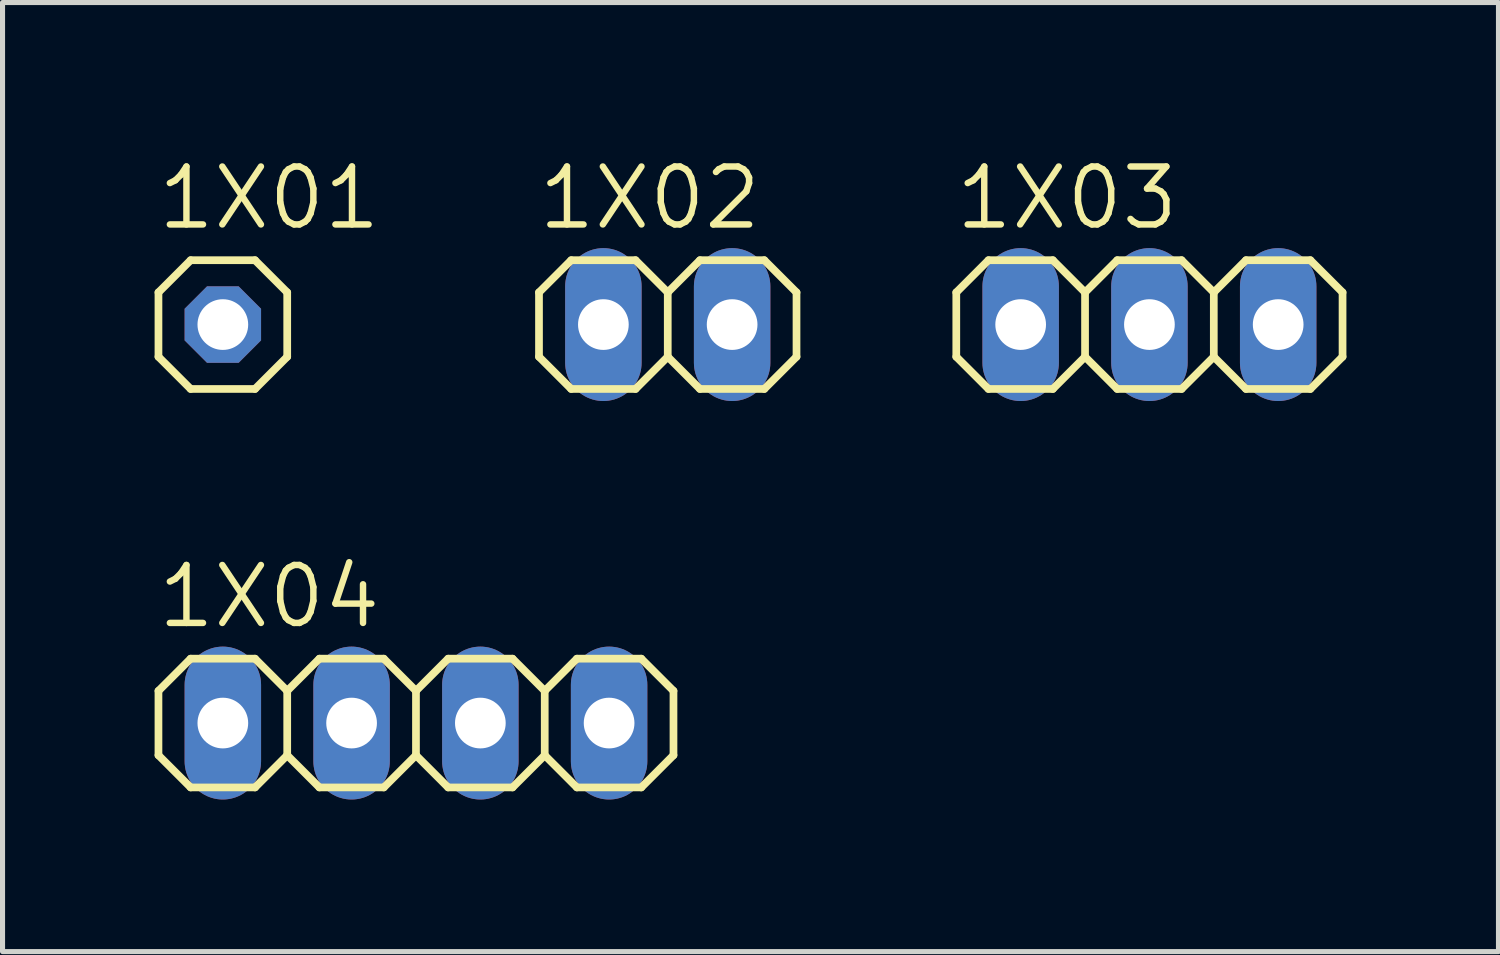
<source format=kicad_pcb>
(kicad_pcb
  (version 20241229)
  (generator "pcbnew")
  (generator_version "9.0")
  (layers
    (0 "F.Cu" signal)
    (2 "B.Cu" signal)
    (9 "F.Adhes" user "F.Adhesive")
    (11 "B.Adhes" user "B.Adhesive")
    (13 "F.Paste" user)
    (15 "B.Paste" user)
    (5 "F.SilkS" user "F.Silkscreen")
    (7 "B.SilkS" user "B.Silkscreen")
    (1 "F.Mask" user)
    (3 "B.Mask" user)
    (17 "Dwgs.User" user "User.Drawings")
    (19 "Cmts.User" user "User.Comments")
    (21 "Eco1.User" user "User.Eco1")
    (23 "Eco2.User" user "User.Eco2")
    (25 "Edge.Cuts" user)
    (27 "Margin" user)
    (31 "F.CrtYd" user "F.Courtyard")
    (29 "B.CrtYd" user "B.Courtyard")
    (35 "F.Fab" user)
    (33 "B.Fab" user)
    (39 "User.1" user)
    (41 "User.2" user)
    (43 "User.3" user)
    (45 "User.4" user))
  (footprint "1X03"
    (layer "F.Cu")
    (at 19.625 3.353)
    (property "Reference" "1X03" (at -3.886 -1.829 0) (unlocked yes) (layer "F.SilkS") (effects (font (size 1.143 1.143) (thickness 0.127)) (justify left bottom)))
    (fp_line (start -3.81 -0.635) (end -3.81 0.635) (stroke (width 0.152) (type solid)) (layer "F.SilkS"))
    (fp_line (start -3.81 0.635) (end -3.175 1.27) (stroke (width 0.152) (type solid)) (layer "F.SilkS"))
    (fp_line (start -3.175 -1.27) (end -3.81 -0.635) (stroke (width 0.152) (type solid)) (layer "F.SilkS"))
    (fp_line (start -3.175 -1.27) (end -1.905 -1.27) (stroke (width 0.152) (type solid)) (layer "F.SilkS"))
    (fp_line (start -1.905 -1.27) (end -1.27 -0.635) (stroke (width 0.152) (type solid)) (layer "F.SilkS"))
    (fp_line (start -1.905 1.27) (end -3.175 1.27) (stroke (width 0.152) (type solid)) (layer "F.SilkS"))
    (fp_line (start -1.27 -0.635) (end -1.27 0.635) (stroke (width 0.152) (type solid)) (layer "F.SilkS"))
    (fp_line (start -1.27 -0.635) (end -0.635 -1.27) (stroke (width 0.152) (type solid)) (layer "F.SilkS"))
    (fp_line (start -1.27 0.635) (end -1.905 1.27) (stroke (width 0.152) (type solid)) (layer "F.SilkS"))
    (fp_line (start -0.635 -1.27) (end 0.635 -1.27) (stroke (width 0.152) (type solid)) (layer "F.SilkS"))
    (fp_line (start -0.635 1.27) (end -1.27 0.635) (stroke (width 0.152) (type solid)) (layer "F.SilkS"))
    (fp_line (start 0.635 -1.27) (end 1.27 -0.635) (stroke (width 0.152) (type solid)) (layer "F.SilkS"))
    (fp_line (start 0.635 1.27) (end -0.635 1.27) (stroke (width 0.152) (type solid)) (layer "F.SilkS"))
    (fp_line (start 1.27 -0.635) (end 1.27 0.635) (stroke (width 0.152) (type solid)) (layer "F.SilkS"))
    (fp_line (start 1.27 -0.635) (end 1.905 -1.27) (stroke (width 0.152) (type solid)) (layer "F.SilkS"))
    (fp_line (start 1.27 0.635) (end 0.635 1.27) (stroke (width 0.152) (type solid)) (layer "F.SilkS"))
    (fp_line (start 1.905 -1.27) (end 3.175 -1.27) (stroke (width 0.152) (type solid)) (layer "F.SilkS"))
    (fp_line (start 1.905 1.27) (end 1.27 0.635) (stroke (width 0.152) (type solid)) (layer "F.SilkS"))
    (fp_line (start 3.175 -1.27) (end 3.81 -0.635) (stroke (width 0.152) (type solid)) (layer "F.SilkS"))
    (fp_line (start 3.175 1.27) (end 1.905 1.27) (stroke (width 0.152) (type solid)) (layer "F.SilkS"))
    (fp_line (start 3.81 -0.635) (end 3.81 0.635) (stroke (width 0.152) (type solid)) (layer "F.SilkS"))
    (fp_line (start 3.81 0.635) (end 3.175 1.27) (stroke (width 0.152) (type solid)) (layer "F.SilkS"))
    (fp_poly (pts (xy -2.794 0.254) (xy -2.286 0.254) (xy -2.286 -0.254) (xy -2.794 -0.254)) (stroke (width 0.1) (type default)) (fill no) (layer "F.Fab"))
    (fp_poly (pts (xy -0.254 0.254) (xy 0.254 0.254) (xy 0.254 -0.254) (xy -0.254 -0.254)) (stroke (width 0.1) (type default)) (fill no) (layer "F.Fab"))
    (fp_poly (pts (xy 2.286 0.254) (xy 2.794 0.254) (xy 2.794 -0.254) (xy 2.286 -0.254)) (stroke (width 0.1) (type default)) (fill no) (layer "F.Fab"))
    (pad "1" thru_hole oval (at -2.54 0 90) (size 3.016 1.508) (drill 1) (layers "*.Cu" "*.Mask"))
    (pad "2" thru_hole oval (at 0 0 90) (size 3.016 1.508) (drill 1) (layers "*.Cu" "*.Mask"))
    (pad "3" thru_hole oval (at 2.54 0 90) (size 3.016 1.508) (drill 1) (layers "*.Cu" "*.Mask")))
  (footprint "1X04"
    (layer "F.Cu")
    (at 5.156 11.214)
    (property "Reference" "1X04" (at -5.156 -1.829 0) (unlocked yes) (layer "F.SilkS") (effects (font (size 1.143 1.143) (thickness 0.127)) (justify left bottom)))
    (fp_line (start -5.08 -0.635) (end -5.08 0.635) (stroke (width 0.152) (type solid)) (layer "F.SilkS"))
    (fp_line (start -5.08 0.635) (end -4.445 1.27) (stroke (width 0.152) (type solid)) (layer "F.SilkS"))
    (fp_line (start -4.445 -1.27) (end -5.08 -0.635) (stroke (width 0.152) (type solid)) (layer "F.SilkS"))
    (fp_line (start -4.445 -1.27) (end -3.175 -1.27) (stroke (width 0.152) (type solid)) (layer "F.SilkS"))
    (fp_line (start -3.175 -1.27) (end -2.54 -0.635) (stroke (width 0.152) (type solid)) (layer "F.SilkS"))
    (fp_line (start -3.175 1.27) (end -4.445 1.27) (stroke (width 0.152) (type solid)) (layer "F.SilkS"))
    (fp_line (start -2.54 -0.635) (end -2.54 0.635) (stroke (width 0.152) (type solid)) (layer "F.SilkS"))
    (fp_line (start -2.54 -0.635) (end -1.905 -1.27) (stroke (width 0.152) (type solid)) (layer "F.SilkS"))
    (fp_line (start -2.54 0.635) (end -3.175 1.27) (stroke (width 0.152) (type solid)) (layer "F.SilkS"))
    (fp_line (start -1.905 -1.27) (end -0.635 -1.27) (stroke (width 0.152) (type solid)) (layer "F.SilkS"))
    (fp_line (start -1.905 1.27) (end -2.54 0.635) (stroke (width 0.152) (type solid)) (layer "F.SilkS"))
    (fp_line (start -0.635 -1.27) (end 0 -0.635) (stroke (width 0.152) (type solid)) (layer "F.SilkS"))
    (fp_line (start -0.635 1.27) (end -1.905 1.27) (stroke (width 0.152) (type solid)) (layer "F.SilkS"))
    (fp_line (start 0 -0.635) (end 0 0.635) (stroke (width 0.152) (type solid)) (layer "F.SilkS"))
    (fp_line (start 0 -0.635) (end 0.635 -1.27) (stroke (width 0.152) (type solid)) (layer "F.SilkS"))
    (fp_line (start 0 0.635) (end -0.635 1.27) (stroke (width 0.152) (type solid)) (layer "F.SilkS"))
    (fp_line (start 0.635 -1.27) (end 1.905 -1.27) (stroke (width 0.152) (type solid)) (layer "F.SilkS"))
    (fp_line (start 0.635 1.27) (end 0 0.635) (stroke (width 0.152) (type solid)) (layer "F.SilkS"))
    (fp_line (start 1.905 -1.27) (end 2.54 -0.635) (stroke (width 0.152) (type solid)) (layer "F.SilkS"))
    (fp_line (start 1.905 1.27) (end 0.635 1.27) (stroke (width 0.152) (type solid)) (layer "F.SilkS"))
    (fp_line (start 2.54 -0.635) (end 2.54 0.635) (stroke (width 0.152) (type solid)) (layer "F.SilkS"))
    (fp_line (start 2.54 0.635) (end 1.905 1.27) (stroke (width 0.152) (type solid)) (layer "F.SilkS"))
    (fp_line (start 2.54 0.635) (end 3.175 1.27) (stroke (width 0.152) (type solid)) (layer "F.SilkS"))
    (fp_line (start 3.175 -1.27) (end 2.54 -0.635) (stroke (width 0.152) (type solid)) (layer "F.SilkS"))
    (fp_line (start 3.175 -1.27) (end 4.445 -1.27) (stroke (width 0.152) (type solid)) (layer "F.SilkS"))
    (fp_line (start 4.445 -1.27) (end 5.08 -0.635) (stroke (width 0.152) (type solid)) (layer "F.SilkS"))
    (fp_line (start 4.445 1.27) (end 3.175 1.27) (stroke (width 0.152) (type solid)) (layer "F.SilkS"))
    (fp_line (start 5.08 -0.635) (end 5.08 0.635) (stroke (width 0.152) (type solid)) (layer "F.SilkS"))
    (fp_line (start 5.08 0.635) (end 4.445 1.27) (stroke (width 0.152) (type solid)) (layer "F.SilkS"))
    (fp_poly (pts (xy -4.064 0.254) (xy -3.556 0.254) (xy -3.556 -0.254) (xy -4.064 -0.254)) (stroke (width 0.1) (type default)) (fill no) (layer "F.Fab"))
    (fp_poly (pts (xy -1.524 0.254) (xy -1.016 0.254) (xy -1.016 -0.254) (xy -1.524 -0.254)) (stroke (width 0.1) (type default)) (fill no) (layer "F.Fab"))
    (fp_poly (pts (xy 1.016 0.254) (xy 1.524 0.254) (xy 1.524 -0.254) (xy 1.016 -0.254)) (stroke (width 0.1) (type default)) (fill no) (layer "F.Fab"))
    (fp_poly (pts (xy 3.556 0.254) (xy 4.064 0.254) (xy 4.064 -0.254) (xy 3.556 -0.254)) (stroke (width 0.1) (type default)) (fill no) (layer "F.Fab"))
    (pad "1" thru_hole oval (at -3.81 0 90) (size 3.016 1.508) (drill 1) (layers "*.Cu" "*.Mask"))
    (pad "2" thru_hole oval (at -1.27 0 90) (size 3.016 1.508) (drill 1) (layers "*.Cu" "*.Mask"))
    (pad "3" thru_hole oval (at 1.27 0 90) (size 3.016 1.508) (drill 1) (layers "*.Cu" "*.Mask"))
    (pad "4" thru_hole oval (at 3.81 0 90) (size 3.016 1.508) (drill 1) (layers "*.Cu" "*.Mask")))
  (footprint "1X02"
    (layer "F.Cu")
    (at 10.123 3.353)
    (property "Reference" "1X02" (at -2.616 -1.829 0) (unlocked yes) (layer "F.SilkS") (effects (font (size 1.143 1.143) (thickness 0.127)) (justify left bottom)))
    (fp_line (start -2.54 -0.635) (end -2.54 0.635) (stroke (width 0.152) (type solid)) (layer "F.SilkS"))
    (fp_line (start -2.54 0.635) (end -1.905 1.27) (stroke (width 0.152) (type solid)) (layer "F.SilkS"))
    (fp_line (start -1.905 -1.27) (end -2.54 -0.635) (stroke (width 0.152) (type solid)) (layer "F.SilkS"))
    (fp_line (start -1.905 -1.27) (end -0.635 -1.27) (stroke (width 0.152) (type solid)) (layer "F.SilkS"))
    (fp_line (start -0.635 -1.27) (end 0 -0.635) (stroke (width 0.152) (type solid)) (layer "F.SilkS"))
    (fp_line (start -0.635 1.27) (end -1.905 1.27) (stroke (width 0.152) (type solid)) (layer "F.SilkS"))
    (fp_line (start 0 -0.635) (end 0 0.635) (stroke (width 0.152) (type solid)) (layer "F.SilkS"))
    (fp_line (start 0 -0.635) (end 0.635 -1.27) (stroke (width 0.152) (type solid)) (layer "F.SilkS"))
    (fp_line (start 0 0.635) (end -0.635 1.27) (stroke (width 0.152) (type solid)) (layer "F.SilkS"))
    (fp_line (start 0.635 -1.27) (end 1.905 -1.27) (stroke (width 0.152) (type solid)) (layer "F.SilkS"))
    (fp_line (start 0.635 1.27) (end 0 0.635) (stroke (width 0.152) (type solid)) (layer "F.SilkS"))
    (fp_line (start 1.905 -1.27) (end 2.54 -0.635) (stroke (width 0.152) (type solid)) (layer "F.SilkS"))
    (fp_line (start 1.905 1.27) (end 0.635 1.27) (stroke (width 0.152) (type solid)) (layer "F.SilkS"))
    (fp_line (start 2.54 -0.635) (end 2.54 0.635) (stroke (width 0.152) (type solid)) (layer "F.SilkS"))
    (fp_line (start 2.54 0.635) (end 1.905 1.27) (stroke (width 0.152) (type solid)) (layer "F.SilkS"))
    (fp_poly (pts (xy -1.524 0.254) (xy -1.016 0.254) (xy -1.016 -0.254) (xy -1.524 -0.254)) (stroke (width 0.1) (type default)) (fill no) (layer "F.Fab"))
    (fp_poly (pts (xy 1.016 0.254) (xy 1.524 0.254) (xy 1.524 -0.254) (xy 1.016 -0.254)) (stroke (width 0.1) (type default)) (fill no) (layer "F.Fab"))
    (pad "1" thru_hole oval (at -1.27 0 90) (size 3.016 1.508) (drill 1) (layers "*.Cu" "*.Mask"))
    (pad "2" thru_hole oval (at 1.27 0 90) (size 3.016 1.508) (drill 1) (layers "*.Cu" "*.Mask")))
  (footprint "1X01"
    (layer "F.Cu")
    (at 1.346 3.353)
    (property "Reference" "1X01" (at -1.346 -1.829 0) (unlocked yes) (layer "F.SilkS") (effects (font (size 1.143 1.143) (thickness 0.127)) (justify left bottom)))
    (fp_line (start -1.27 -0.635) (end -1.27 0.635) (stroke (width 0.152) (type solid)) (layer "F.SilkS"))
    (fp_line (start -1.27 0.635) (end -0.635 1.27) (stroke (width 0.152) (type solid)) (layer "F.SilkS"))
    (fp_line (start -0.635 -1.27) (end -1.27 -0.635) (stroke (width 0.152) (type solid)) (layer "F.SilkS"))
    (fp_line (start -0.635 -1.27) (end 0.635 -1.27) (stroke (width 0.152) (type solid)) (layer "F.SilkS"))
    (fp_line (start 0.635 -1.27) (end 1.27 -0.635) (stroke (width 0.152) (type solid)) (layer "F.SilkS"))
    (fp_line (start 0.635 1.27) (end -0.635 1.27) (stroke (width 0.152) (type solid)) (layer "F.SilkS"))
    (fp_line (start 1.27 -0.635) (end 1.27 0.635) (stroke (width 0.152) (type solid)) (layer "F.SilkS"))
    (fp_line (start 1.27 0.635) (end 0.635 1.27) (stroke (width 0.152) (type solid)) (layer "F.SilkS"))
    (fp_poly (pts (xy -0.254 0.254) (xy 0.254 0.254) (xy 0.254 -0.254) (xy -0.254 -0.254)) (stroke (width 0.1) (type default)) (fill no) (layer "F.Fab"))
    (pad "1" thru_hole roundrect (at 0 0) (size 1.508 1.508) (drill 1) (layers "*.Cu" "*.Mask") (roundrect_rratio 0.25) (chamfer_ratio 0.293) (chamfer top_left top_right bottom_left bottom_right)))
  (gr_rect
    (start -3 -3)
    (end 26.511 15.722)
    (stroke (width 0.1) (type default))
    (fill no)
    (layer "Edge.Cuts")))
</source>
